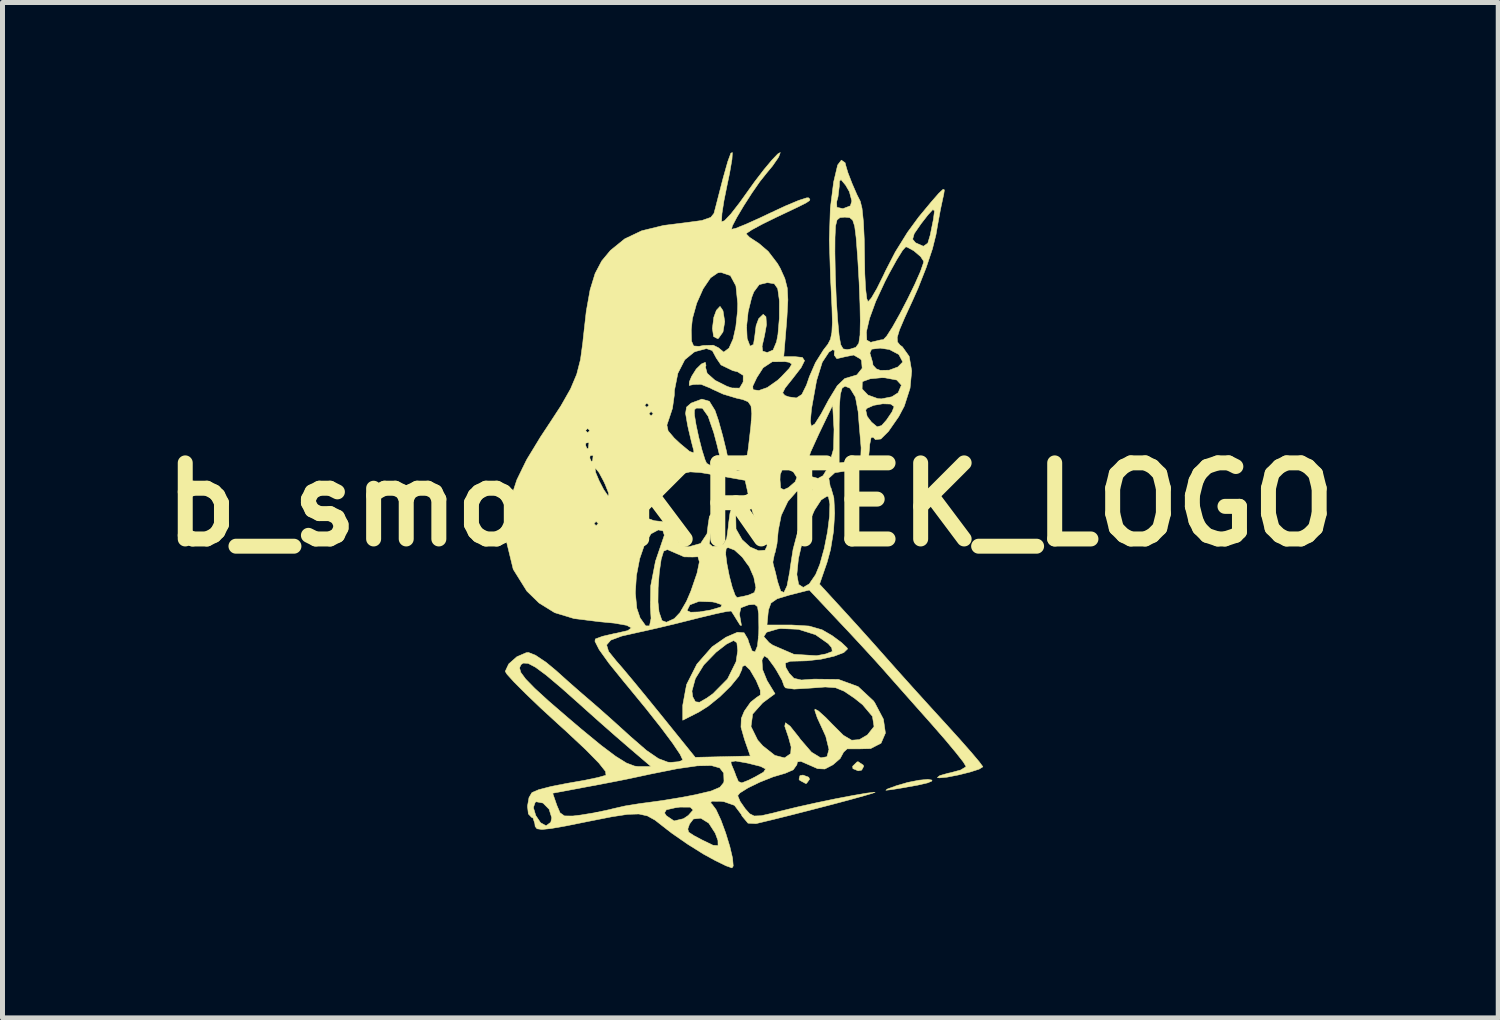
<source format=kicad_pcb>
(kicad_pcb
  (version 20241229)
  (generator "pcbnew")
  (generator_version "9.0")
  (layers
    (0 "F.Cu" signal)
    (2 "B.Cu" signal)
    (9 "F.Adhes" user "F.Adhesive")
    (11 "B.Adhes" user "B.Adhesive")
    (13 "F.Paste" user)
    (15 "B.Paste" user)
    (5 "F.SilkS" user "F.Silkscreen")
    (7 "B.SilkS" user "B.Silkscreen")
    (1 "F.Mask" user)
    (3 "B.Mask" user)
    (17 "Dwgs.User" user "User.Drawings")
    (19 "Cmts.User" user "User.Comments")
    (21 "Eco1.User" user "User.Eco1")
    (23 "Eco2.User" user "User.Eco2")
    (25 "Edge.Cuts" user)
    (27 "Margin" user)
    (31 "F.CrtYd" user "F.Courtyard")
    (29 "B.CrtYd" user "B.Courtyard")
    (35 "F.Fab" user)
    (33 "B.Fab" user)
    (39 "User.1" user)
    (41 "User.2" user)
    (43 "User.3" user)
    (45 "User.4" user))
  (footprint "b_smol_KRTEK_LOGO"
    (layer "F.Cu")
    (at 11.982 7.057)
    (property "Reference" "b_smol_KRTEK_LOGO" (at 0 0 0) (layer "F.SilkS") (effects (font (size 1.524 1.524) (thickness 0.3))))
    (attr through_hole)
    (fp_poly (pts (xy 1.169 5.463) (xy 1.185 5.503) (xy 1.125 5.586) (xy 1.106 5.588) (xy 0.991 5.526) (xy 0.974 5.503) (xy 0.993 5.431) (xy 1.053 5.419) (xy 1.169 5.463)) (stroke (width 0.01) (type solid)) (fill yes) (layer "F.SilkS"))
    (fp_poly (pts (xy 2.258 5.218) (xy 2.27 5.243) (xy 2.229 5.32) (xy 2.159 5.334) (xy 2.054 5.291) (xy 2.048 5.243) (xy 2.136 5.156) (xy 2.159 5.152) (xy 2.258 5.218)) (stroke (width 0.01) (type solid)) (fill yes) (layer "F.SilkS"))
    (fp_poly (pts (xy -0.553 -3.89) (xy -0.548 -3.877) (xy -0.514 -3.664) (xy -0.549 -3.457) (xy -0.639 -3.33) (xy -0.656 -3.323) (xy -0.737 -3.365) (xy -0.761 -3.528) (xy -0.733 -3.751) (xy -0.681 -3.892) (xy -0.608 -3.97) (xy -0.553 -3.89)) (stroke (width 0.01) (type solid)) (fill yes) (layer "F.SilkS"))
    (fp_poly (pts (xy 3.639 5.52) (xy 3.632 5.541) (xy 3.551 5.575) (xy 3.357 5.62) (xy 3.026 5.679) (xy 2.836 5.71) (xy 2.714 5.724) (xy 2.744 5.699) (xy 2.921 5.634) (xy 3.151 5.567) (xy 3.378 5.522) (xy 3.556 5.505) (xy 3.639 5.52)) (stroke (width 0.01) (type solid)) (fill yes) (layer "F.SilkS"))
    (fp_poly (pts (xy 0.57 -6.971) (xy 0.554 -6.943) (xy 0.444 -6.784) (xy 0.323 -6.638) (xy 0.188 -6.468) (xy 0.027 -6.236) (xy -0.135 -5.983) (xy -0.273 -5.751) (xy -0.362 -5.581) (xy -0.377 -5.514) (xy -0.292 -5.534) (xy -0.09 -5.615) (xy 0.194 -5.743) (xy 0.388 -5.835) (xy 0.706 -5.983) (xy 0.964 -6.091) (xy 1.128 -6.144) (xy 1.166 -6.144) (xy 1.192 -6.116) (xy 1.185 -6.089) (xy 1.119 -6.045) (xy 0.968 -5.968) (xy 0.703 -5.842) (xy 0.529 -5.76) (xy 0.244 -5.62) (xy 0.029 -5.504) (xy -0.078 -5.433) (xy -0.084 -5.423) (xy -0.018 -5.354) (xy 0.143 -5.248) (xy 0.165 -5.235) (xy 0.356 -5.072) (xy 0.542 -4.829) (xy 0.598 -4.732) (xy 0.69 -4.528) (xy 0.739 -4.336) (xy 0.751 -4.1) (xy 0.733 -3.765) (xy 0.726 -3.666) (xy 0.668 -2.963) (xy 0.885 -2.963) (xy 1.041 -2.947) (xy 1.085 -2.882) (xy 1.016 -2.743) (xy 0.846 -2.523) (xy 0.696 -2.335) (xy 0.647 -2.236) (xy 0.691 -2.185) (xy 0.769 -2.157) (xy 0.921 -2.135) (xy 1.03 -2.204) (xy 1.124 -2.394) (xy 1.182 -2.563) (xy 1.304 -2.843) (xy 1.463 -3.096) (xy 1.477 -3.114) (xy 1.553 -3.212) (xy 1.604 -3.312) (xy 1.632 -3.447) (xy 1.642 -3.648) (xy 1.634 -3.945) (xy 1.614 -4.371) (xy 1.605 -4.53) (xy 1.589 -5.05) (xy 1.693 -5.05) (xy 1.701 -4.608) (xy 1.72 -4.127) (xy 1.747 -3.711) (xy 1.747 -3.71) (xy 1.777 -3.388) (xy 1.809 -3.202) (xy 1.858 -3.118) (xy 1.937 -3.104) (xy 2.001 -3.114) (xy 2.111 -3.149) (xy 2.171 -3.229) (xy 2.196 -3.396) (xy 2.197 -3.461) (xy 2.324 -3.461) (xy 2.331 -3.294) (xy 2.412 -3.249) (xy 2.434 -3.256) (xy 2.615 -3.299) (xy 2.662 -3.302) (xy 2.73 -3.373) (xy 2.848 -3.558) (xy 2.995 -3.82) (xy 3.15 -4.118) (xy 3.294 -4.414) (xy 3.406 -4.667) (xy 3.466 -4.839) (xy 3.471 -4.874) (xy 3.409 -4.968) (xy 3.274 -5.083) (xy 3.139 -5.157) (xy 3.112 -5.162) (xy 3.049 -5.093) (xy 2.932 -4.905) (xy 2.781 -4.632) (xy 2.695 -4.466) (xy 2.511 -4.07) (xy 2.386 -3.727) (xy 2.324 -3.461) (xy 2.197 -3.461) (xy 2.201 -3.68) (xy 2.195 -4.019) (xy 2.178 -4.447) (xy 2.153 -4.884) (xy 2.146 -4.982) (xy 2.118 -5.347) (xy 2.089 -5.575) (xy 2.049 -5.697) (xy 1.988 -5.748) (xy 1.894 -5.757) (xy 1.892 -5.757) (xy 1.795 -5.749) (xy 1.736 -5.701) (xy 1.706 -5.581) (xy 1.695 -5.354) (xy 1.693 -5.05) (xy 1.589 -5.05) (xy 1.581 -5.299) (xy 1.601 -5.933) (xy 1.617 -6.061) (xy 1.727 -6.061) (xy 1.733 -5.954) (xy 1.854 -5.927) (xy 2.003 -5.984) (xy 2.032 -6.08) (xy 1.983 -6.267) (xy 1.908 -6.397) (xy 1.815 -6.509) (xy 1.785 -6.479) (xy 1.781 -6.378) (xy 1.755 -6.163) (xy 1.727 -6.061) (xy 1.617 -6.061) (xy 1.667 -6.459) (xy 1.748 -6.801) (xy 1.822 -6.899) (xy 1.897 -6.847) (xy 1.912 -6.787) (xy 1.953 -6.649) (xy 2.037 -6.431) (xy 2.134 -6.208) (xy 2.201 -6.076) (xy 2.236 -5.934) (xy 2.264 -5.665) (xy 2.281 -5.31) (xy 2.286 -4.996) (xy 2.292 -4.622) (xy 2.308 -4.319) (xy 2.332 -4.122) (xy 2.357 -4.064) (xy 2.423 -4.136) (xy 2.534 -4.326) (xy 2.669 -4.598) (xy 2.706 -4.678) (xy 2.902 -5.058) (xy 3.061 -5.314) (xy 3.25 -5.314) (xy 3.308 -5.244) (xy 3.465 -5.174) (xy 3.554 -5.236) (xy 3.602 -5.397) (xy 3.667 -5.718) (xy 3.688 -5.884) (xy 3.655 -5.909) (xy 3.558 -5.804) (xy 3.418 -5.624) (xy 3.282 -5.427) (xy 3.25 -5.314) (xy 3.061 -5.314) (xy 3.146 -5.451) (xy 3.37 -5.757) (xy 3.618 -6.056) (xy 3.776 -6.237) (xy 3.86 -6.315) (xy 3.886 -6.303) (xy 3.873 -6.213) (xy 3.856 -6.138) (xy 3.807 -5.908) (xy 3.75 -5.597) (xy 3.718 -5.408) (xy 3.647 -5.123) (xy 3.521 -4.746) (xy 3.36 -4.337) (xy 3.257 -4.105) (xy 3.089 -3.74) (xy 2.986 -3.498) (xy 2.941 -3.347) (xy 2.947 -3.256) (xy 2.997 -3.194) (xy 3.045 -3.159) (xy 3.181 -2.968) (xy 3.231 -2.677) (xy 3.198 -2.33) (xy 3.083 -1.972) (xy 2.972 -1.762) (xy 2.765 -1.464) (xy 2.613 -1.313) (xy 2.504 -1.301) (xy 2.46 -1.348) (xy 2.418 -1.341) (xy 2.39 -1.201) (xy 2.387 -1.143) (xy 2.361 -0.875) (xy 2.283 -0.735) (xy 2.115 -0.683) (xy 1.951 -0.677) (xy 1.691 -0.638) (xy 1.571 -0.527) (xy 1.6 -0.356) (xy 1.615 -0.331) (xy 1.672 -0.134) (xy 1.688 0.173) (xy 1.665 0.536) (xy 1.606 0.901) (xy 1.536 1.158) (xy 1.385 1.595) (xy 1.838 2.089) (xy 2.14 2.42) (xy 2.474 2.792) (xy 2.733 3.084) (xy 2.971 3.352) (xy 3.281 3.697) (xy 3.622 4.073) (xy 3.916 4.395) (xy 4.193 4.701) (xy 4.423 4.962) (xy 4.584 5.153) (xy 4.655 5.249) (xy 4.657 5.254) (xy 4.583 5.3) (xy 4.4 5.359) (xy 4.167 5.417) (xy 3.942 5.461) (xy 3.784 5.476) (xy 3.746 5.468) (xy 3.794 5.43) (xy 3.959 5.383) (xy 4.013 5.372) (xy 4.212 5.318) (xy 4.314 5.256) (xy 4.318 5.244) (xy 4.265 5.157) (xy 4.119 4.971) (xy 3.904 4.713) (xy 3.639 4.409) (xy 3.618 4.385) (xy 3.321 4.051) (xy 3.04 3.734) (xy 2.808 3.472) (xy 2.666 3.31) (xy 2.498 3.123) (xy 2.253 2.856) (xy 1.97 2.551) (xy 1.796 2.367) (xy 1.18 1.712) (xy 0.78 1.814) (xy 0.535 1.888) (xy 0.412 1.974) (xy 0.363 2.109) (xy 0.356 2.164) (xy 0.332 2.413) (xy 0.828 2.413) (xy 1.176 2.434) (xy 1.436 2.509) (xy 1.636 2.625) (xy 1.824 2.764) (xy 1.934 2.868) (xy 1.947 2.892) (xy 1.871 2.965) (xy 1.677 3.038) (xy 1.415 3.098) (xy 1.134 3.13) (xy 1.046 3.133) (xy 0.801 3.139) (xy 0.699 3.176) (xy 0.712 3.268) (xy 0.779 3.382) (xy 0.872 3.481) (xy 1.021 3.515) (xy 1.275 3.497) (xy 1.764 3.503) (xy 2.158 3.647) (xy 2.465 3.933) (xy 2.489 3.966) (xy 2.665 4.3) (xy 2.705 4.578) (xy 2.617 4.781) (xy 2.408 4.889) (xy 2.16 4.895) (xy 1.939 4.894) (xy 1.863 4.963) (xy 1.863 4.968) (xy 1.798 5.088) (xy 1.654 5.213) (xy 1.491 5.298) (xy 1.347 5.291) (xy 1.188 5.221) (xy 1.013 5.145) (xy 0.942 5.155) (xy 0.931 5.212) (xy 0.858 5.314) (xy 0.699 5.383) (xy 0.455 5.455) (xy 0.189 5.561) (xy -0.048 5.676) (xy -0.211 5.778) (xy -0.254 5.833) (xy -0.205 5.948) (xy -0.102 6.096) (xy -0.014 6.194) (xy 0.076 6.239) (xy 0.215 6.234) (xy 0.45 6.181) (xy 0.597 6.143) (xy 0.933 6.061) (xy 1.315 5.976) (xy 1.704 5.895) (xy 2.056 5.828) (xy 2.332 5.781) (xy 2.489 5.763) (xy 2.498 5.763) (xy 2.446 5.784) (xy 2.262 5.838) (xy 1.977 5.917) (xy 1.621 6.012) (xy 1.227 6.114) (xy 0.826 6.217) (xy 0.449 6.311) (xy 0.129 6.388) (xy 0.111 6.392) (xy -0.048 6.383) (xy -0.166 6.242) (xy -0.186 6.202) (xy -0.319 6.026) (xy -0.53 5.952) (xy -0.593 5.945) (xy -0.775 5.943) (xy -0.797 5.979) (xy -0.771 6) (xy -0.688 6.111) (xy -0.591 6.319) (xy -0.495 6.58) (xy -0.412 6.851) (xy -0.357 7.085) (xy -0.344 7.241) (xy -0.369 7.279) (xy -0.488 7.237) (xy -0.703 7.132) (xy -0.937 7.004) (xy -1.255 6.805) (xy -1.571 6.586) (xy -1.682 6.5) (xy -1.254 6.5) (xy -1.236 6.563) (xy -1.13 6.633) (xy -0.974 6.716) (xy -0.749 6.825) (xy -0.648 6.832) (xy -0.65 6.729) (xy -0.704 6.583) (xy -0.834 6.382) (xy -0.994 6.283) (xy -1.142 6.299) (xy -1.219 6.4) (xy -1.254 6.5) (xy -1.682 6.5) (xy -1.739 6.456) (xy -1.91 6.322) (xy -2.063 6.237) (xy -2.234 6.199) (xy -2.459 6.206) (xy -2.774 6.254) (xy -3.215 6.341) (xy -3.26 6.35) (xy -3.695 6.438) (xy -3.992 6.49) (xy -4.176 6.509) (xy -4.274 6.495) (xy -4.312 6.448) (xy -4.318 6.392) (xy -4.354 6.28) (xy -4.384 6.265) (xy -4.448 6.197) (xy -4.462 6.07) (xy -4.347 6.07) (xy -4.3 6.229) (xy -4.203 6.374) (xy -4.093 6.435) (xy -3.999 6.365) (xy -3.979 6.276) (xy -4.032 6.104) (xy -4.154 5.98) (xy -4.289 5.954) (xy -4.311 5.965) (xy -4.347 6.07) (xy -4.462 6.07) (xy -4.465 6.04) (xy -4.435 5.87) (xy -4.384 5.783) (xy -3.961 5.783) (xy -3.876 6.028) (xy -3.813 6.175) (xy -3.724 6.238) (xy -3.554 6.239) (xy -3.398 6.22) (xy -3.137 6.177) (xy -1.72 6.177) (xy -1.685 6.233) (xy -1.529 6.338) (xy -1.34 6.293) (xy -1.244 6.228) (xy -1.147 6.119) (xy -1.205 6.062) (xy -1.411 6.061) (xy -1.505 6.074) (xy -1.684 6.115) (xy -1.72 6.177) (xy -3.137 6.177) (xy -3.096 6.17) (xy -2.818 6.11) (xy -2.752 6.093) (xy -2.511 6.038) (xy -2.201 5.988) (xy -2.074 5.972) (xy -1.753 5.928) (xy -1.366 5.864) (xy -1.101 5.813) (xy -0.788 5.739) (xy -0.611 5.664) (xy -0.536 5.572) (xy -0.529 5.539) (xy -0.535 5.379) (xy -0.614 5.276) (xy -0.784 5.228) (xy -1.063 5.234) (xy -1.467 5.292) (xy -2.015 5.402) (xy -2.074 5.415) (xy -2.312 5.466) (xy -2.507 5.507) (xy -2.709 5.547) (xy -2.968 5.597) (xy -3.337 5.666) (xy -3.399 5.678) (xy -3.961 5.783) (xy -4.384 5.783) (xy -4.375 5.77) (xy -4.243 5.713) (xy -3.993 5.648) (xy -3.677 5.586) (xy -3.636 5.579) (xy -3.316 5.523) (xy -3.054 5.468) (xy -2.902 5.425) (xy -2.893 5.421) (xy -2.902 5.346) (xy -3.036 5.177) (xy -3.298 4.91) (xy -3.69 4.543) (xy -3.846 4.402) (xy -4.198 4.079) (xy -4.5 3.79) (xy -4.733 3.557) (xy -4.876 3.399) (xy -4.911 3.342) (xy -4.877 3.269) (xy -4.625 3.269) (xy -4.6 3.362) (xy -4.503 3.494) (xy -4.321 3.681) (xy -4.041 3.937) (xy -3.648 4.276) (xy -3.387 4.498) (xy -2.993 4.822) (xy -2.699 5.043) (xy -2.482 5.178) (xy -2.32 5.239) (xy -2.244 5.248) (xy -1.99 5.248) (xy -2.411 4.889) (xy -2.684 4.653) (xy -3.016 4.361) (xy -3.342 4.07) (xy -3.385 4.031) (xy -3.789 3.672) (xy -4.09 3.418) (xy -4.305 3.259) (xy -4.452 3.182) (xy -4.548 3.176) (xy -4.592 3.203) (xy -4.625 3.269) (xy -4.877 3.269) (xy -4.841 3.193) (xy -4.678 3.049) (xy -4.491 2.968) (xy -4.447 2.963) (xy -4.306 3.018) (xy -4.095 3.159) (xy -3.897 3.323) (xy -3.634 3.559) (xy -3.376 3.785) (xy -3.236 3.905) (xy -3.05 4.066) (xy -2.787 4.299) (xy -2.496 4.562) (xy -2.404 4.646) (xy -2.082 4.925) (xy -1.841 5.09) (xy -1.655 5.16) (xy -1.596 5.165) (xy -1.458 5.153) (xy -0.389 5.153) (xy -0.385 5.194) (xy -0.317 5.357) (xy -0.287 5.44) (xy -0.24 5.549) (xy -0.172 5.576) (xy -0.034 5.521) (xy 0.097 5.455) (xy 0.264 5.36) (xy 0.304 5.297) (xy 0.204 5.245) (xy -0.048 5.182) (xy -0.07 5.177) (xy -0.298 5.137) (xy -0.389 5.153) (xy -1.458 5.153) (xy -1.423 5.15) (xy -1.355 5.116) (xy -1.408 5.003) (xy -1.558 4.78) (xy -1.791 4.468) (xy -2.093 4.086) (xy -2.449 3.652) (xy -2.528 3.557) (xy -2.833 3.18) (xy -3.03 2.905) (xy -3.077 2.812) (xy -2.88 2.812) (xy -2.841 2.942) (xy -2.695 3.123) (xy -2.686 3.134) (xy -2.56 3.279) (xy -2.355 3.524) (xy -2.099 3.835) (xy -1.82 4.178) (xy -1.799 4.204) (xy -1.105 5.064) (xy -0.553 5.051) (xy -0.272 5.044) (xy -0.074 5.039) (xy -0.002 5.038) (xy -0.027 4.966) (xy -0.09 4.787) (xy -0.12 4.7) (xy -0.189 4.457) (xy -0.188 4.446) (xy 0.012 4.446) (xy 0.145 4.717) (xy 0.247 4.833) (xy 0.49 5.025) (xy 0.684 5.075) (xy 0.807 4.99) (xy 0.816 4.856) (xy 0.762 4.656) (xy 0.759 4.649) (xy 0.688 4.44) (xy 0.703 4.371) (xy 0.796 4.441) (xy 0.963 4.65) (xy 0.999 4.7) (xy 1.224 4.961) (xy 1.41 5.074) (xy 1.534 5.052) (xy 1.574 4.905) (xy 1.51 4.643) (xy 1.439 4.487) (xy 1.34 4.272) (xy 1.291 4.128) (xy 1.293 4.098) (xy 1.363 4.135) (xy 1.51 4.267) (xy 1.641 4.402) (xy 1.863 4.623) (xy 2.029 4.721) (xy 2.182 4.709) (xy 2.344 4.615) (xy 2.477 4.447) (xy 2.445 4.244) (xy 2.248 4.01) (xy 2.083 3.878) (xy 1.877 3.739) (xy 1.705 3.669) (xy 1.499 3.655) (xy 1.206 3.677) (xy 0.875 3.697) (xy 0.704 3.673) (xy 0.677 3.639) (xy 0.633 3.516) (xy 0.522 3.321) (xy 0.477 3.251) (xy 0.349 3.076) (xy 0.279 3.031) (xy 0.238 3.1) (xy 0.232 3.122) (xy 0.244 3.306) (xy 0.333 3.526) (xy 0.341 3.539) (xy 0.493 3.789) (xy 0.246 3.972) (xy 0.046 4.196) (xy 0.012 4.446) (xy -0.188 4.446) (xy -0.182 4.284) (xy -0.122 4.139) (xy 0.004 3.96) (xy 0.124 3.865) (xy 0.2 3.815) (xy 0.198 3.718) (xy 0.116 3.525) (xy 0.111 3.516) (xy -0.007 3.314) (xy -0.106 3.218) (xy -0.164 3.248) (xy -0.169 3.299) (xy -0.232 3.439) (xy -0.393 3.636) (xy -0.612 3.85) (xy -0.849 4.042) (xy -1.029 4.155) (xy -1.355 4.321) (xy -1.355 4.019) (xy -1.303 3.736) (xy -1.171 3.736) (xy -1.155 3.851) (xy -1.101 3.951) (xy -1.019 3.961) (xy -0.87 3.875) (xy -0.75 3.789) (xy -0.458 3.494) (xy -0.287 3.149) (xy -0.254 2.925) (xy -0.271 2.769) (xy -0.336 2.724) (xy -0.477 2.795) (xy -0.689 2.96) (xy -0.934 3.213) (xy -1.103 3.487) (xy -1.171 3.736) (xy -1.303 3.736) (xy -1.278 3.605) (xy -1.072 3.198) (xy -0.768 2.851) (xy -0.491 2.659) (xy -0.26 2.559) (xy -0.126 2.569) (xy -0.051 2.695) (xy -0.035 2.752) (xy 0.032 2.93) (xy 0.094 2.952) (xy 0.142 2.831) (xy 0.161 2.645) (xy 0.268 2.645) (xy 0.375 2.766) (xy 0.448 2.817) (xy 0.872 3) (xy 1.326 3.028) (xy 1.506 2.994) (xy 1.64 2.944) (xy 1.629 2.868) (xy 1.559 2.786) (xy 1.304 2.607) (xy 0.961 2.499) (xy 0.607 2.484) (xy 0.545 2.493) (xy 0.324 2.558) (xy 0.268 2.645) (xy 0.161 2.645) (xy 0.167 2.578) (xy 0.169 2.467) (xy 0.165 2.191) (xy 0.143 2.047) (xy 0.083 1.999) (xy -0.029 2.009) (xy -0.042 2.011) (xy -0.191 2.068) (xy -0.219 2.196) (xy -0.205 2.275) (xy -0.179 2.422) (xy -0.205 2.417) (xy -0.261 2.328) (xy -0.349 2.186) (xy -0.384 2.133) (xy -0.469 2.141) (xy -0.679 2.185) (xy -0.976 2.256) (xy -1.112 2.29) (xy -1.494 2.386) (xy -1.866 2.475) (xy -2.157 2.541) (xy -2.201 2.55) (xy -2.575 2.634) (xy -2.796 2.716) (xy -2.88 2.812) (xy -3.077 2.812) (xy -3.114 2.739) (xy -3.106 2.693) (xy -2.963 2.64) (xy -2.735 2.587) (xy -2.69 2.579) (xy -2.455 2.525) (xy -2.385 2.471) (xy -2.476 2.42) (xy -2.724 2.376) (xy -3.027 2.347) (xy -3.533 2.284) (xy -3.921 2.166) (xy -4.234 1.972) (xy -4.442 1.769) (xy -2.305 1.769) (xy -2.275 2.078) (xy -2.209 2.272) (xy -2.096 2.431) (xy -2.021 2.431) (xy -1.99 2.281) (xy -2.004 2.046) (xy -2.002 1.953) (xy -1.851 1.953) (xy -1.83 2.151) (xy -1.771 2.325) (xy -1.682 2.358) (xy -1.525 2.286) (xy -1.41 2.164) (xy -1.388 2.125) (xy -1.27 2.125) (xy -1.198 2.157) (xy -1.021 2.151) (xy -0.797 2.113) (xy -0.593 2.053) (xy -0.571 2.008) (xy -0.705 1.961) (xy -0.762 1.95) (xy -1.03 1.94) (xy -1.212 2.009) (xy -1.27 2.125) (xy -1.388 2.125) (xy -1.279 1.937) (xy -1.192 1.733) (xy -1.068 1.372) (xy -1.022 1.148) (xy -1.051 1.046) (xy -1.155 1.051) (xy -1.325 1.048) (xy -1.477 0.982) (xy -0.496 0.982) (xy -0.471 1.183) (xy -0.423 1.428) (xy -0.363 1.659) (xy -0.304 1.82) (xy -0.269 1.862) (xy -0.149 1.841) (xy -0.032 1.812) (xy 0.081 1.762) (xy 0.11 1.663) (xy 0.069 1.458) (xy 0.068 1.453) (xy -0.022 1.247) (xy -0.091 1.153) (xy 0.45 1.153) (xy 0.458 1.199) (xy 0.503 1.364) (xy 0.545 1.545) (xy 0.608 1.734) (xy 0.672 1.76) (xy 0.734 1.629) (xy 0.777 1.404) (xy 0.931 1.404) (xy 0.967 1.601) (xy 1.058 1.66) (xy 1.179 1.59) (xy 1.307 1.403) (xy 1.391 1.198) (xy 1.48 0.877) (xy 1.546 0.542) (xy 1.585 0.232) (xy 1.592 -0.012) (xy 1.564 -0.152) (xy 1.538 -0.169) (xy 1.418 -0.093) (xy 1.285 0.111) (xy 1.155 0.402) (xy 1.042 0.74) (xy 0.962 1.085) (xy 0.931 1.397) (xy 0.931 1.404) (xy 0.777 1.404) (xy 0.788 1.347) (xy 0.799 1.256) (xy 0.855 0.898) (xy 0.95 0.538) (xy 1.099 0.12) (xy 1.226 -0.191) (xy 1.237 -0.307) (xy 1.115 -0.339) (xy 0.926 -0.262) (xy 0.751 -0.062) (xy 0.618 0.217) (xy 0.556 0.529) (xy 0.556 0.54) (xy 0.533 0.785) (xy 0.495 0.961) (xy 0.482 0.99) (xy 0.45 1.153) (xy -0.091 1.153) (xy -0.163 1.053) (xy -0.317 0.912) (xy -0.446 0.862) (xy -0.485 0.88) (xy -0.496 0.982) (xy -1.477 0.982) (xy -1.489 0.977) (xy -1.662 0.902) (xy -1.738 0.934) (xy -1.787 1.094) (xy -1.825 1.359) (xy -1.848 1.667) (xy -1.851 1.953) (xy -2.002 1.953) (xy -1.997 1.629) (xy -1.901 1.135) (xy -1.726 0.62) (xy -1.724 0.614) (xy -1.752 0.527) (xy -1.845 0.508) (xy -1.99 0.586) (xy -2.117 0.792) (xy -2.218 1.085) (xy -2.283 1.424) (xy -2.305 1.769) (xy -4.442 1.769) (xy -4.478 1.734) (xy -4.751 1.297) (xy -4.878 0.777) (xy -4.871 0.381) (xy -3.133 0.381) (xy -3.09 0.423) (xy -3.048 0.381) (xy -3.09 0.339) (xy -3.133 0.381) (xy -4.871 0.381) (xy -4.869 0.259) (xy -4.847 0.137) (xy -2.164 0.137) (xy -2.115 0.257) (xy -2.11 0.26) (xy -1.927 0.324) (xy -1.806 0.337) (xy -1.588 0.36) (xy -1.442 0.414) (xy -1.408 0.48) (xy -1.435 0.505) (xy -1.497 0.616) (xy -1.444 0.746) (xy -1.311 0.835) (xy -1.236 0.847) (xy -0.998 0.78) (xy -0.869 0.585) (xy -0.847 0.406) (xy -0.821 0.236) (xy -0.765 0.169) (xy -0.709 0.231) (xy -0.715 0.275) (xy -0.757 0.433) (xy -0.8 0.62) (xy -0.822 0.787) (xy -0.76 0.839) (xy -0.659 0.832) (xy -0.539 0.791) (xy -0.475 0.681) (xy -0.444 0.457) (xy -0.44 0.402) (xy -0.408 0.168) (xy -0.357 0.023) (xy -0.327 0) (xy -0.279 0.071) (xy -0.293 0.238) (xy -0.288 0.489) (xy -0.166 0.704) (xy -0.005 0.851) (xy 0.165 0.925) (xy 0.294 0.914) (xy 0.336 0.826) (xy 0.286 0.678) (xy 0.213 0.56) (xy 0.125 0.387) (xy 0.035 0.121) (xy -0.007 -0.042) (xy -0.106 -0.485) (xy -0.175 -0.497) (xy 0.593 -0.497) (xy 0.606 -0.329) (xy 0.669 -0.297) (xy 0.762 -0.339) (xy 0.897 -0.456) (xy 0.931 -0.543) (xy 0.86 -0.655) (xy 0.847 -0.661) (xy 1.115 -0.661) (xy 1.177 -0.579) (xy 1.206 -0.564) (xy 1.355 -0.524) (xy 1.455 -0.578) (xy 1.563 -0.756) (xy 1.568 -0.766) (xy 1.666 -1.115) (xy 1.675 -1.507) (xy 1.669 -1.603) (xy 1.778 -1.603) (xy 1.778 -0.835) (xy 2.01 -0.862) (xy 2.151 -0.891) (xy 2.212 -0.966) (xy 2.218 -1.136) (xy 2.207 -1.27) (xy 2.182 -1.557) (xy 2.162 -1.808) (xy 2.158 -1.863) (xy 2.152 -1.894) (xy 2.31 -1.894) (xy 2.339 -1.766) (xy 2.426 -1.651) (xy 2.539 -1.557) (xy 2.628 -1.582) (xy 2.726 -1.692) (xy 2.837 -1.856) (xy 2.879 -1.962) (xy 2.81 -2.013) (xy 2.65 -2.018) (xy 2.469 -1.987) (xy 2.336 -1.928) (xy 2.31 -1.894) (xy 2.152 -1.894) (xy 2.104 -2.153) (xy 2.005 -2.316) (xy 2.238 -2.316) (xy 2.356 -2.193) (xy 2.552 -2.122) (xy 2.625 -2.117) (xy 2.835 -2.159) (xy 2.96 -2.24) (xy 3.025 -2.392) (xy 2.933 -2.494) (xy 2.694 -2.539) (xy 2.625 -2.54) (xy 2.4 -2.519) (xy 2.256 -2.467) (xy 2.241 -2.452) (xy 2.238 -2.316) (xy 2.005 -2.316) (xy 1.996 -2.33) (xy 1.896 -2.371) (xy 1.838 -2.333) (xy 1.801 -2.204) (xy 1.783 -1.956) (xy 1.778 -1.603) (xy 1.669 -1.603) (xy 1.648 -1.99) (xy 1.374 -1.42) (xy 1.208 -1.056) (xy 1.124 -0.811) (xy 1.115 -0.661) (xy 0.847 -0.661) (xy 0.762 -0.702) (xy 0.641 -0.705) (xy 0.597 -0.601) (xy 0.593 -0.497) (xy -0.175 -0.497) (xy -0.692 -0.589) (xy -1.004 -0.641) (xy -1.207 -0.654) (xy -1.36 -0.621) (xy -1.519 -0.534) (xy -1.611 -0.474) (xy -1.895 -0.254) (xy -2.085 -0.042) (xy -2.164 0.137) (xy -4.847 0.137) (xy -4.799 -0.127) (xy -4.678 -0.496) (xy -4.566 -0.726) (xy -3.112 -0.726) (xy -3.099 -0.64) (xy -3.03 -0.476) (xy -2.94 -0.302) (xy -2.86 -0.185) (xy -2.836 -0.169) (xy -2.843 -0.236) (xy -2.909 -0.403) (xy -2.938 -0.465) (xy -3.034 -0.644) (xy -3.102 -0.727) (xy -3.112 -0.726) (xy -4.566 -0.726) (xy -4.486 -0.89) (xy -4.462 -0.931) (xy -3.217 -0.931) (xy -3.186 -0.862) (xy -3.161 -0.875) (xy -3.151 -0.975) (xy -3.161 -0.988) (xy -3.211 -0.976) (xy -3.217 -0.931) (xy -4.462 -0.931) (xy -4.307 -1.185) (xy -3.302 -1.185) (xy -3.271 -1.116) (xy -3.246 -1.129) (xy -3.235 -1.229) (xy -3.246 -1.242) (xy -3.296 -1.23) (xy -3.302 -1.185) (xy -4.307 -1.185) (xy -4.206 -1.352) (xy -4.12 -1.482) (xy -3.302 -1.482) (xy -3.26 -1.439) (xy -3.217 -1.482) (xy -3.26 -1.524) (xy -3.302 -1.482) (xy -4.12 -1.482) (xy -4.066 -1.564) (xy -4.047 -1.592) (xy -1.673 -1.592) (xy -1.648 -1.476) (xy -1.526 -1.332) (xy -1.407 -1.221) (xy -1.219 -1.065) (xy -1.133 -1.034) (xy -1.134 -1.078) (xy -1.18 -1.253) (xy -1.24 -1.507) (xy -1.258 -1.589) (xy -1.295 -1.804) (xy -1.122 -1.804) (xy -1.089 -1.601) (xy -1.034 -1.344) (xy -0.969 -1.09) (xy -0.907 -0.893) (xy -0.876 -0.826) (xy -0.773 -0.767) (xy -0.647 -0.78) (xy -0.593 -0.848) (xy -0.614 -0.97) (xy -0.67 -1.201) (xy -0.734 -1.441) (xy -0.847 -1.768) (xy -0.962 -1.93) (xy -1.081 -1.932) (xy -1.12 -1.9) (xy -1.122 -1.804) (xy -1.295 -1.804) (xy -1.299 -1.824) (xy -1.279 -1.952) (xy -1.19 -2.029) (xy -1.182 -2.034) (xy -0.972 -2.112) (xy -0.823 -2.069) (xy -0.709 -1.885) (xy -0.641 -1.687) (xy -0.554 -1.374) (xy -0.481 -1.075) (xy -0.459 -0.967) (xy -0.384 -0.75) (xy -0.26 -0.678) (xy -0.251 -0.677) (xy -0.157 -0.71) (xy -0.095 -0.832) (xy -0.049 -1.079) (xy -0.038 -1.164) (xy 0.008 -1.56) (xy 0.016 -1.665) (xy 1.201 -1.665) (xy 1.221 -1.568) (xy 1.292 -1.617) (xy 1.417 -1.816) (xy 1.566 -2.095) (xy 1.74 -2.38) (xy 1.891 -2.525) (xy 1.946 -2.54) (xy 2.133 -2.597) (xy 2.239 -2.73) (xy 2.226 -2.886) (xy 2.205 -2.916) (xy 2.069 -2.995) (xy 1.898 -2.961) (xy 1.732 -2.922) (xy 1.679 -2.994) (xy 1.683 -3.035) (xy 2.393 -3.035) (xy 2.404 -2.999) (xy 2.45 -2.841) (xy 2.455 -2.793) (xy 2.525 -2.717) (xy 2.603 -2.688) (xy 2.781 -2.692) (xy 2.954 -2.756) (xy 3.046 -2.849) (xy 3.048 -2.865) (xy 2.973 -3.006) (xy 2.784 -3.106) (xy 2.599 -3.133) (xy 2.428 -3.112) (xy 2.393 -3.035) (xy 1.683 -3.035) (xy 1.688 -3.083) (xy 1.649 -3.103) (xy 1.572 -3.052) (xy 1.44 -2.852) (xy 1.326 -2.485) (xy 1.23 -1.951) (xy 1.223 -1.905) (xy 1.201 -1.665) (xy 0.016 -1.665) (xy 0.028 -1.819) (xy 0.012 -1.975) (xy -0.046 -2.059) (xy -0.155 -2.104) (xy -0.277 -2.131) (xy -0.546 -2.212) (xy -0.777 -2.318) (xy -0.794 -2.329) (xy -0.988 -2.408) (xy -1.134 -2.405) (xy -1.226 -2.386) (xy -1.222 -2.46) (xy -1.177 -2.568) (xy -1.085 -2.714) (xy -0.981 -2.816) (xy -0.903 -2.849) (xy -0.889 -2.787) (xy -0.9 -2.754) (xy -0.866 -2.629) (xy -0.709 -2.489) (xy -0.467 -2.367) (xy -0.37 -2.335) (xy -0.217 -2.332) (xy -0.194 -2.371) (xy 0.047 -2.371) (xy 0.054 -2.3) (xy 0.157 -2.286) (xy 0.174 -2.286) (xy 0.339 -2.344) (xy 0.545 -2.489) (xy 0.62 -2.56) (xy 0.78 -2.729) (xy 0.83 -2.813) (xy 0.778 -2.849) (xy 0.692 -2.863) (xy 0.437 -2.86) (xy 0.255 -2.74) (xy 0.129 -2.544) (xy 0.047 -2.371) (xy -0.194 -2.371) (xy -0.145 -2.456) (xy -0.144 -2.588) (xy -0.259 -2.66) (xy -0.352 -2.682) (xy -0.589 -2.797) (xy -0.682 -2.933) (xy -0.763 -3.084) (xy -0.88 -3.124) (xy -1.087 -3.069) (xy -1.127 -3.054) (xy -1.314 -2.901) (xy -1.453 -2.629) (xy -1.521 -2.287) (xy -1.524 -2.193) (xy -1.561 -1.928) (xy -1.625 -1.734) (xy -1.673 -1.592) (xy -4.047 -1.592) (xy -3.898 -1.82) (xy -2.032 -1.82) (xy -1.99 -1.778) (xy -1.947 -1.82) (xy -1.99 -1.863) (xy -2.032 -1.82) (xy -3.898 -1.82) (xy -3.791 -1.984) (xy -3.788 -1.99) (xy -2.117 -1.99) (xy -2.074 -1.947) (xy -2.032 -1.99) (xy -2.074 -2.032) (xy -2.117 -1.99) (xy -3.788 -1.99) (xy -3.602 -2.318) (xy -3.479 -2.61) (xy -3.403 -2.907) (xy -3.356 -3.255) (xy -3.352 -3.302) (xy -3.33 -3.498) (xy -1.185 -3.498) (xy -1.179 -3.273) (xy -1.137 -3.177) (xy -1.03 -3.169) (xy -0.942 -3.186) (xy -0.744 -3.192) (xy -0.64 -3.141) (xy -0.534 -3.053) (xy -0.429 -3.133) (xy -0.347 -3.315) (xy -0.292 -3.561) (xy -0.291 -3.57) (xy -0.076 -3.57) (xy -0.065 -3.326) (xy -0.011 -3.184) (xy 0 -3.175) (xy 0.062 -3.207) (xy 0.086 -3.361) (xy 0.114 -3.583) (xy 0.166 -3.723) (xy 0.257 -3.811) (xy 0.312 -3.761) (xy 0.322 -3.601) (xy 0.283 -3.384) (xy 0.234 -3.17) (xy 0.246 -3.073) (xy 0.328 -3.048) (xy 0.345 -3.048) (xy 0.455 -3.096) (xy 0.524 -3.261) (xy 0.552 -3.408) (xy 0.58 -3.734) (xy 0.581 -4.065) (xy 0.578 -4.106) (xy 0.547 -4.326) (xy 0.479 -4.423) (xy 0.341 -4.445) (xy 0.339 -4.445) (xy 0.177 -4.406) (xy 0.069 -4.261) (xy 0.026 -4.149) (xy -0.045 -3.862) (xy -0.076 -3.57) (xy -0.291 -3.57) (xy -0.258 -3.877) (xy -0.254 -4.024) (xy -0.29 -4.38) (xy -0.401 -4.587) (xy -0.588 -4.65) (xy -0.652 -4.642) (xy -0.798 -4.542) (xy -0.947 -4.322) (xy -1.076 -4.032) (xy -1.162 -3.722) (xy -1.185 -3.498) (xy -3.33 -3.498) (xy -3.288 -3.871) (xy -3.211 -4.302) (xy -3.111 -4.628) (xy -2.979 -4.879) (xy -2.805 -5.089) (xy -2.803 -5.091) (xy -2.518 -5.322) (xy -2.177 -5.484) (xy -1.74 -5.591) (xy -1.293 -5.647) (xy -0.973 -5.69) (xy -0.793 -5.753) (xy -0.73 -5.832) (xy -0.691 -5.98) (xy -0.625 -6.237) (xy -0.546 -6.542) (xy -0.453 -6.871) (xy -0.391 -7.039) (xy -0.361 -7.051) (xy -0.369 -6.915) (xy -0.417 -6.635) (xy -0.466 -6.402) (xy -0.53 -6.084) (xy -0.57 -5.827) (xy -0.578 -5.677) (xy -0.576 -5.665) (xy -0.518 -5.686) (xy -0.389 -5.823) (xy -0.213 -6.05) (xy -0.107 -6.198) (xy 0.087 -6.469) (xy 0.273 -6.711) (xy 0.433 -6.902) (xy 0.547 -7.022) (xy 0.599 -7.052) (xy 0.57 -6.971)) (stroke (width 0.01) (type solid)) (fill yes) (layer "F.SilkS")))
  (gr_rect
    (start -3 -3)
    (end 26.963 17.341)
    (stroke (width 0.1) (type default))
    (fill no)
    (layer "Edge.Cuts")))
</source>
